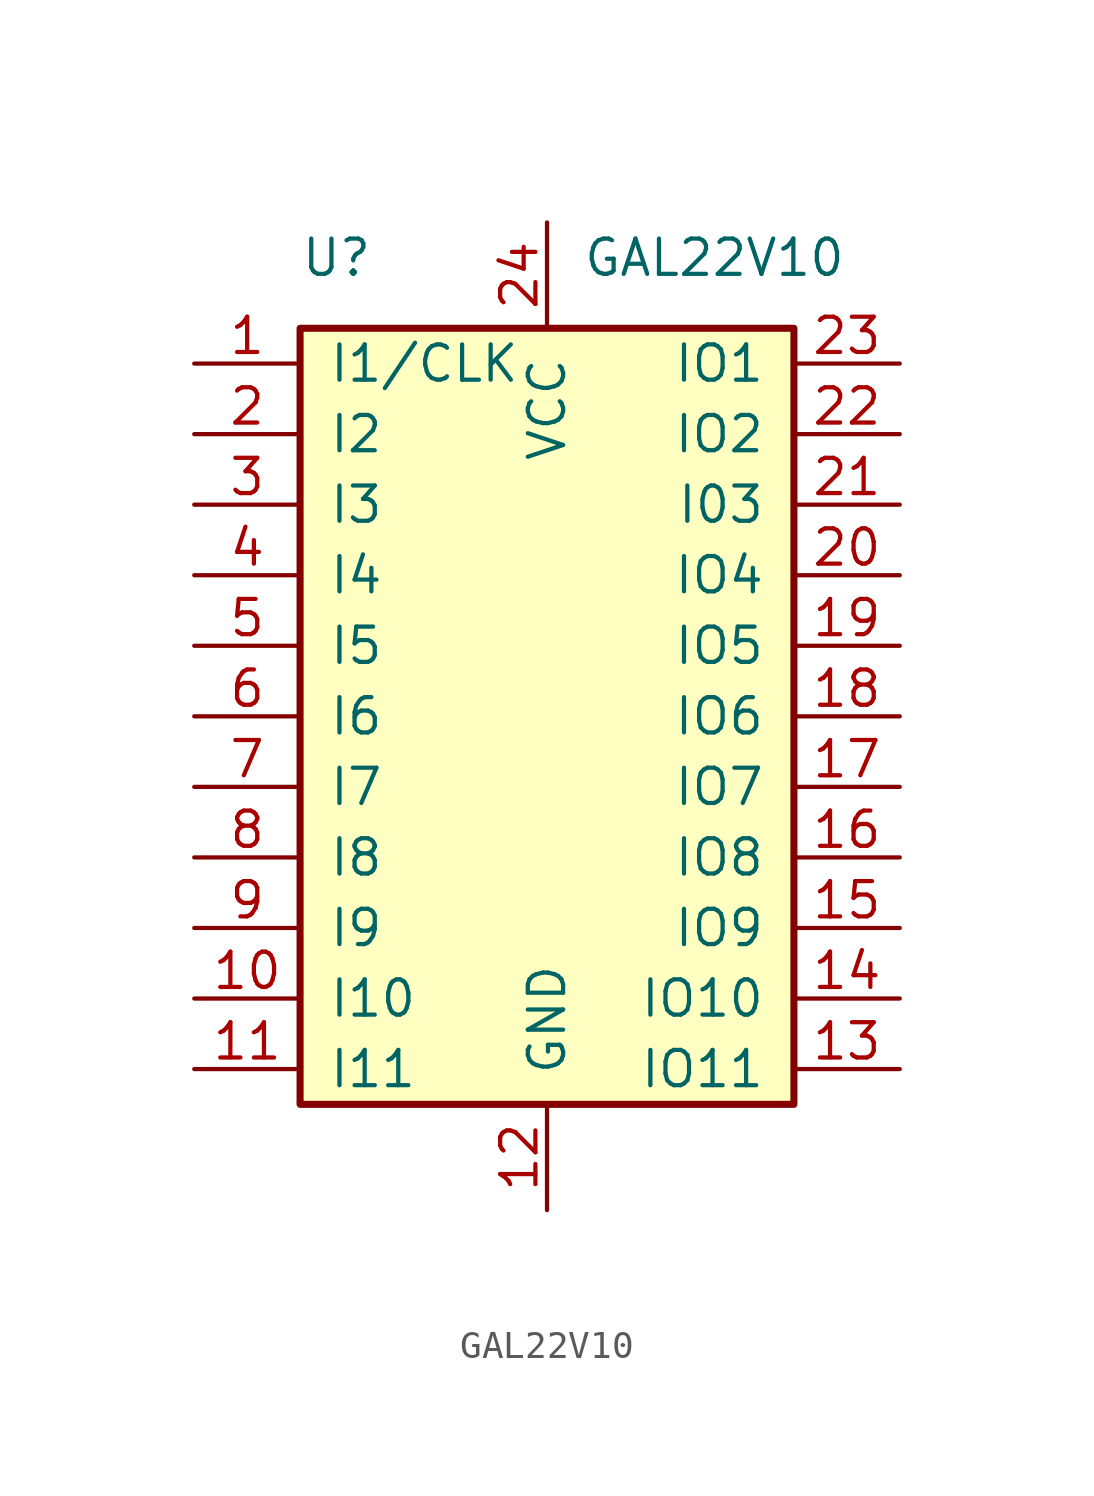
<source format=kicad_sym>
(kicad_symbol_lib
  (version 20220914)
  (generator kicad_symbol_editor)
  (symbol "GAL22V10"
    (pin_names
      (offset 1.016))
    (property "Reference" "U"
      (at -8.89 16.51 0)
      (effects (font (size 1.27 1.27)) (justify left)))
    (property "Value" "GAL22V10"
      (at 1.27 16.51 0)
      (effects (font (size 1.27 1.27)) (justify left)))
    (symbol "GAL22V10_0_0"
      (pin power_in line (at 0 -17.78 90) (length 3.81) (name "GND" (effects (font (size 1.27 1.27)))) (number "12" (effects (font (size 1.27 1.27)))))
      (pin power_in line (at 0 17.78 270) (length 3.81) (name "VCC" (effects (font (size 1.27 1.27)))) (number "24" (effects (font (size 1.27 1.27))))))
    (symbol "GAL22V10_0_1"
      (rectangle (start -8.89 13.97) (end 8.89 -13.97) (stroke (width 0.254) (type default)) (fill (type background))))
    (symbol "GAL22V10_1_1"
      (pin input line (at -12.7 12.7 0) (length 3.81) (name "I1/CLK" (effects (font (size 1.27 1.27)))) (number "1" (effects (font (size 1.27 1.27)))))
      (pin input line (at -12.7 -10.16 0) (length 3.81) (name "I10" (effects (font (size 1.27 1.27)))) (number "10" (effects (font (size 1.27 1.27)))))
      (pin input line (at -12.7 -12.7 0) (length 3.81) (name "I11" (effects (font (size 1.27 1.27)))) (number "11" (effects (font (size 1.27 1.27)))))
      (pin tri_state line (at 12.7 -12.7 180) (length 3.81) (name "IO11" (effects (font (size 1.27 1.27)))) (number "13" (effects (font (size 1.27 1.27)))))
      (pin tri_state line (at 12.7 -10.16 180) (length 3.81) (name "IO10" (effects (font (size 1.27 1.27)))) (number "14" (effects (font (size 1.27 1.27)))))
      (pin tri_state line (at 12.7 -7.62 180) (length 3.81) (name "IO9" (effects (font (size 1.27 1.27)))) (number "15" (effects (font (size 1.27 1.27)))))
      (pin tri_state line (at 12.7 -5.08 180) (length 3.81) (name "IO8" (effects (font (size 1.27 1.27)))) (number "16" (effects (font (size 1.27 1.27)))))
      (pin tri_state line (at 12.7 -2.54 180) (length 3.81) (name "IO7" (effects (font (size 1.27 1.27)))) (number "17" (effects (font (size 1.27 1.27)))))
      (pin tri_state line (at 12.7 0 180) (length 3.81) (name "IO6" (effects (font (size 1.27 1.27)))) (number "18" (effects (font (size 1.27 1.27)))))
      (pin tri_state line (at 12.7 2.54 180) (length 3.81) (name "IO5" (effects (font (size 1.27 1.27)))) (number "19" (effects (font (size 1.27 1.27)))))
      (pin input line (at -12.7 10.16 0) (length 3.81) (name "I2" (effects (font (size 1.27 1.27)))) (number "2" (effects (font (size 1.27 1.27)))))
      (pin tri_state line (at 12.7 5.08 180) (length 3.81) (name "IO4" (effects (font (size 1.27 1.27)))) (number "20" (effects (font (size 1.27 1.27)))))
      (pin tri_state line (at 12.7 7.62 180) (length 3.81) (name "I03" (effects (font (size 1.27 1.27)))) (number "21" (effects (font (size 1.27 1.27)))))
      (pin tri_state line (at 12.7 10.16 180) (length 3.81) (name "IO2" (effects (font (size 1.27 1.27)))) (number "22" (effects (font (size 1.27 1.27)))))
      (pin tri_state line (at 12.7 12.7 180) (length 3.81) (name "IO1" (effects (font (size 1.27 1.27)))) (number "23" (effects (font (size 1.27 1.27)))))
      (pin input line (at -12.7 7.62 0) (length 3.81) (name "I3" (effects (font (size 1.27 1.27)))) (number "3" (effects (font (size 1.27 1.27)))))
      (pin input line (at -12.7 5.08 0) (length 3.81) (name "I4" (effects (font (size 1.27 1.27)))) (number "4" (effects (font (size 1.27 1.27)))))
      (pin input line (at -12.7 2.54 0) (length 3.81) (name "I5" (effects (font (size 1.27 1.27)))) (number "5" (effects (font (size 1.27 1.27)))))
      (pin input line (at -12.7 0 0) (length 3.81) (name "I6" (effects (font (size 1.27 1.27)))) (number "6" (effects (font (size 1.27 1.27)))))
      (pin input line (at -12.7 -2.54 0) (length 3.81) (name "I7" (effects (font (size 1.27 1.27)))) (number "7" (effects (font (size 1.27 1.27)))))
      (pin input line (at -12.7 -5.08 0) (length 3.81) (name "I8" (effects (font (size 1.27 1.27)))) (number "8" (effects (font (size 1.27 1.27)))))
      (pin input line (at -12.7 -7.62 0) (length 3.81) (name "I9" (effects (font (size 1.27 1.27)))) (number "9" (effects (font (size 1.27 1.27))))))))
</source>
